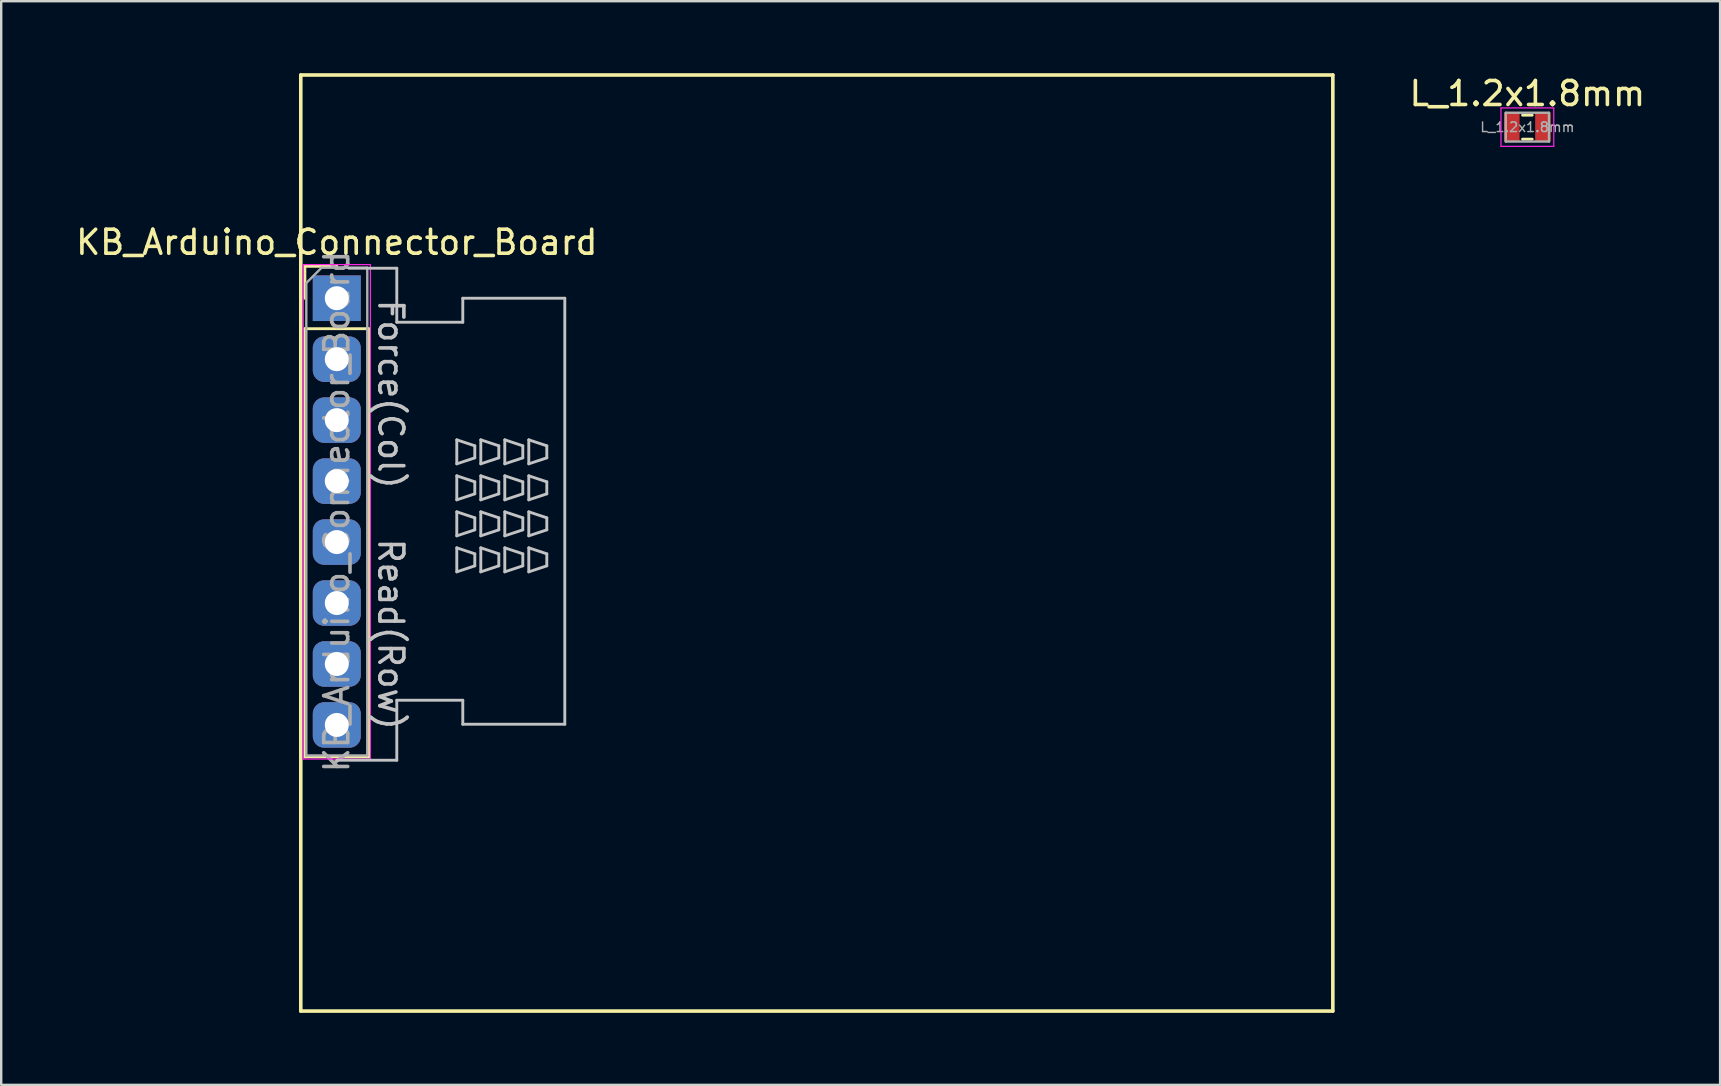
<source format=kicad_pcb>
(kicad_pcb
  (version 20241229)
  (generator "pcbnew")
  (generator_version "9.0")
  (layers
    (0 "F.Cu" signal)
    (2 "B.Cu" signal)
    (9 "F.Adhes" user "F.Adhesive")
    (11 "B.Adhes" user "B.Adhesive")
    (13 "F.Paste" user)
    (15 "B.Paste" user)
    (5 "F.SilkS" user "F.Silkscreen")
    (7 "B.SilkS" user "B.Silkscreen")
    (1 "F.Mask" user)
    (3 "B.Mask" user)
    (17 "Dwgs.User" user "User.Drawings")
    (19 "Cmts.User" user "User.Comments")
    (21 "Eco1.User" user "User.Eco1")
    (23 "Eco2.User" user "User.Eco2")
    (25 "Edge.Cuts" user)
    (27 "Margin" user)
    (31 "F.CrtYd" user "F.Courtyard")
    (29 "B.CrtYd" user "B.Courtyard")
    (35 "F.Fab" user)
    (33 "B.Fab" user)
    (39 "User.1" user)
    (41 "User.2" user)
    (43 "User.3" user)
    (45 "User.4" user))
  (footprint "KB_Arduino_Connector_Board"
    (layer "F.Cu")
    (at 10.982 9.375)
    (property "Reference" "KB_Arduino_Connector_Board" (at 0 -2.33 0) (layer "F.SilkS") (effects (font (size 1 1) (thickness 0.15))))
    (attr through_hole)
    (fp_line (start -1.5 -9.3) (end 41.5 -9.3) (stroke (width 0.15) (type solid)) (layer "F.SilkS"))
    (fp_line (start -1.5 29.7) (end -1.5 -9.3) (stroke (width 0.15) (type solid)) (layer "F.SilkS"))
    (fp_line (start -1.33 -1.33) (end 0 -1.33) (stroke (width 0.12) (type solid)) (layer "F.SilkS"))
    (fp_line (start -1.33 0) (end -1.33 -1.33) (stroke (width 0.12) (type solid)) (layer "F.SilkS"))
    (fp_line (start -1.33 1.27) (end -1.33 19.11) (stroke (width 0.12) (type solid)) (layer "F.SilkS"))
    (fp_line (start -1.33 1.27) (end 1.33 1.27) (stroke (width 0.12) (type solid)) (layer "F.SilkS"))
    (fp_line (start -1.33 19.11) (end 1.33 19.11) (stroke (width 0.12) (type solid)) (layer "F.SilkS"))
    (fp_line (start 1.33 1.27) (end 1.33 19.11) (stroke (width 0.12) (type solid)) (layer "F.SilkS"))
    (fp_line (start 41.5 -9.3) (end 41.5 29.7) (stroke (width 0.15) (type solid)) (layer "F.SilkS"))
    (fp_line (start 41.5 29.7) (end -1.5 29.7) (stroke (width 0.15) (type solid)) (layer "F.SilkS"))
    (fp_line (start 0.5 -1.25) (end 2.5 -1.25) (stroke (width 0.12) (type solid)) (layer "Dwgs.User"))
    (fp_line (start 2.5 -1.25) (end 2.5 1) (stroke (width 0.12) (type solid)) (layer "Dwgs.User"))
    (fp_line (start 2.5 1) (end 5.25 1) (stroke (width 0.12) (type solid)) (layer "Dwgs.User"))
    (fp_line (start 2.5 16.75) (end 2.5 19.25) (stroke (width 0.12) (type solid)) (layer "Dwgs.User"))
    (fp_line (start 2.5 19.25) (end 0 19.25) (stroke (width 0.12) (type solid)) (layer "Dwgs.User"))
    (fp_line (start 5 5.9) (end 5.75 6.15) (stroke (width 0.12) (type solid)) (layer "Dwgs.User"))
    (fp_line (start 5 6.9) (end 5 5.9) (stroke (width 0.12) (type solid)) (layer "Dwgs.User"))
    (fp_line (start 5 7.4) (end 5.75 7.65) (stroke (width 0.12) (type solid)) (layer "Dwgs.User"))
    (fp_line (start 5 8.4) (end 5 7.4) (stroke (width 0.12) (type solid)) (layer "Dwgs.User"))
    (fp_line (start 5 8.9) (end 5.75 9.15) (stroke (width 0.12) (type solid)) (layer "Dwgs.User"))
    (fp_line (start 5 9.9) (end 5 8.9) (stroke (width 0.12) (type solid)) (layer "Dwgs.User"))
    (fp_line (start 5 10.4) (end 5.75 10.65) (stroke (width 0.12) (type solid)) (layer "Dwgs.User"))
    (fp_line (start 5 11.4) (end 5 10.4) (stroke (width 0.12) (type solid)) (layer "Dwgs.User"))
    (fp_line (start 5.25 0) (end 9.5 0) (stroke (width 0.12) (type solid)) (layer "Dwgs.User"))
    (fp_line (start 5.25 1) (end 5.25 0) (stroke (width 0.12) (type solid)) (layer "Dwgs.User"))
    (fp_line (start 5.25 16.75) (end 2.5 16.75) (stroke (width 0.12) (type solid)) (layer "Dwgs.User"))
    (fp_line (start 5.25 17.75) (end 5.25 16.75) (stroke (width 0.12) (type solid)) (layer "Dwgs.User"))
    (fp_line (start 5.75 6.15) (end 5.75 6.65) (stroke (width 0.12) (type solid)) (layer "Dwgs.User"))
    (fp_line (start 5.75 6.65) (end 5 6.9) (stroke (width 0.12) (type solid)) (layer "Dwgs.User"))
    (fp_line (start 5.75 7.65) (end 5.75 8.15) (stroke (width 0.12) (type solid)) (layer "Dwgs.User"))
    (fp_line (start 5.75 8.15) (end 5 8.4) (stroke (width 0.12) (type solid)) (layer "Dwgs.User"))
    (fp_line (start 5.75 9.15) (end 5.75 9.65) (stroke (width 0.12) (type solid)) (layer "Dwgs.User"))
    (fp_line (start 5.75 9.65) (end 5 9.9) (stroke (width 0.12) (type solid)) (layer "Dwgs.User"))
    (fp_line (start 5.75 10.65) (end 5.75 11.15) (stroke (width 0.12) (type solid)) (layer "Dwgs.User"))
    (fp_line (start 5.75 11.15) (end 5 11.4) (stroke (width 0.12) (type solid)) (layer "Dwgs.User"))
    (fp_line (start 6 5.9) (end 6.75 6.15) (stroke (width 0.12) (type solid)) (layer "Dwgs.User"))
    (fp_line (start 6 6.9) (end 6 5.9) (stroke (width 0.12) (type solid)) (layer "Dwgs.User"))
    (fp_line (start 6 7.4) (end 6.75 7.65) (stroke (width 0.12) (type solid)) (layer "Dwgs.User"))
    (fp_line (start 6 8.4) (end 6 7.4) (stroke (width 0.12) (type solid)) (layer "Dwgs.User"))
    (fp_line (start 6 8.9) (end 6.75 9.15) (stroke (width 0.12) (type solid)) (layer "Dwgs.User"))
    (fp_line (start 6 9.9) (end 6 8.9) (stroke (width 0.12) (type solid)) (layer "Dwgs.User"))
    (fp_line (start 6 10.4) (end 6.75 10.65) (stroke (width 0.12) (type solid)) (layer "Dwgs.User"))
    (fp_line (start 6 11.4) (end 6 10.4) (stroke (width 0.12) (type solid)) (layer "Dwgs.User"))
    (fp_line (start 6.75 6.15) (end 6.75 6.65) (stroke (width 0.12) (type solid)) (layer "Dwgs.User"))
    (fp_line (start 6.75 6.65) (end 6 6.9) (stroke (width 0.12) (type solid)) (layer "Dwgs.User"))
    (fp_line (start 6.75 7.65) (end 6.75 8.15) (stroke (width 0.12) (type solid)) (layer "Dwgs.User"))
    (fp_line (start 6.75 8.15) (end 6 8.4) (stroke (width 0.12) (type solid)) (layer "Dwgs.User"))
    (fp_line (start 6.75 9.15) (end 6.75 9.65) (stroke (width 0.12) (type solid)) (layer "Dwgs.User"))
    (fp_line (start 6.75 9.65) (end 6 9.9) (stroke (width 0.12) (type solid)) (layer "Dwgs.User"))
    (fp_line (start 6.75 10.65) (end 6.75 11.15) (stroke (width 0.12) (type solid)) (layer "Dwgs.User"))
    (fp_line (start 6.75 11.15) (end 6 11.4) (stroke (width 0.12) (type solid)) (layer "Dwgs.User"))
    (fp_line (start 7 5.9) (end 7.75 6.15) (stroke (width 0.12) (type solid)) (layer "Dwgs.User"))
    (fp_line (start 7 6.9) (end 7 5.9) (stroke (width 0.12) (type solid)) (layer "Dwgs.User"))
    (fp_line (start 7 7.4) (end 7.75 7.65) (stroke (width 0.12) (type solid)) (layer "Dwgs.User"))
    (fp_line (start 7 8.4) (end 7 7.4) (stroke (width 0.12) (type solid)) (layer "Dwgs.User"))
    (fp_line (start 7 8.9) (end 7.75 9.15) (stroke (width 0.12) (type solid)) (layer "Dwgs.User"))
    (fp_line (start 7 9.9) (end 7 8.9) (stroke (width 0.12) (type solid)) (layer "Dwgs.User"))
    (fp_line (start 7 10.4) (end 7.75 10.65) (stroke (width 0.12) (type solid)) (layer "Dwgs.User"))
    (fp_line (start 7 11.4) (end 7 10.4) (stroke (width 0.12) (type solid)) (layer "Dwgs.User"))
    (fp_line (start 7.75 6.15) (end 7.75 6.65) (stroke (width 0.12) (type solid)) (layer "Dwgs.User"))
    (fp_line (start 7.75 6.65) (end 7 6.9) (stroke (width 0.12) (type solid)) (layer "Dwgs.User"))
    (fp_line (start 7.75 7.65) (end 7.75 8.15) (stroke (width 0.12) (type solid)) (layer "Dwgs.User"))
    (fp_line (start 7.75 8.15) (end 7 8.4) (stroke (width 0.12) (type solid)) (layer "Dwgs.User"))
    (fp_line (start 7.75 9.15) (end 7.75 9.65) (stroke (width 0.12) (type solid)) (layer "Dwgs.User"))
    (fp_line (start 7.75 9.65) (end 7 9.9) (stroke (width 0.12) (type solid)) (layer "Dwgs.User"))
    (fp_line (start 7.75 10.65) (end 7.75 11.15) (stroke (width 0.12) (type solid)) (layer "Dwgs.User"))
    (fp_line (start 7.75 11.15) (end 7 11.4) (stroke (width 0.12) (type solid)) (layer "Dwgs.User"))
    (fp_line (start 8 5.9) (end 8.75 6.15) (stroke (width 0.12) (type solid)) (layer "Dwgs.User"))
    (fp_line (start 8 6.9) (end 8 5.9) (stroke (width 0.12) (type solid)) (layer "Dwgs.User"))
    (fp_line (start 8 7.4) (end 8.75 7.65) (stroke (width 0.12) (type solid)) (layer "Dwgs.User"))
    (fp_line (start 8 8.4) (end 8 7.4) (stroke (width 0.12) (type solid)) (layer "Dwgs.User"))
    (fp_line (start 8 8.9) (end 8.75 9.15) (stroke (width 0.12) (type solid)) (layer "Dwgs.User"))
    (fp_line (start 8 9.9) (end 8 8.9) (stroke (width 0.12) (type solid)) (layer "Dwgs.User"))
    (fp_line (start 8 10.4) (end 8.75 10.65) (stroke (width 0.12) (type solid)) (layer "Dwgs.User"))
    (fp_line (start 8 11.4) (end 8 10.4) (stroke (width 0.12) (type solid)) (layer "Dwgs.User"))
    (fp_line (start 8.75 6.15) (end 8.75 6.65) (stroke (width 0.12) (type solid)) (layer "Dwgs.User"))
    (fp_line (start 8.75 6.65) (end 8 6.9) (stroke (width 0.12) (type solid)) (layer "Dwgs.User"))
    (fp_line (start 8.75 7.65) (end 8.75 8.15) (stroke (width 0.12) (type solid)) (layer "Dwgs.User"))
    (fp_line (start 8.75 8.15) (end 8 8.4) (stroke (width 0.12) (type solid)) (layer "Dwgs.User"))
    (fp_line (start 8.75 9.15) (end 8.75 9.65) (stroke (width 0.12) (type solid)) (layer "Dwgs.User"))
    (fp_line (start 8.75 9.65) (end 8 9.9) (stroke (width 0.12) (type solid)) (layer "Dwgs.User"))
    (fp_line (start 8.75 10.65) (end 8.75 11.15) (stroke (width 0.12) (type solid)) (layer "Dwgs.User"))
    (fp_line (start 8.75 11.15) (end 8 11.4) (stroke (width 0.12) (type solid)) (layer "Dwgs.User"))
    (fp_line (start 9.5 0) (end 9.5 17.75) (stroke (width 0.12) (type solid)) (layer "Dwgs.User"))
    (fp_line (start 9.5 17.75) (end 5.25 17.75) (stroke (width 0.12) (type solid)) (layer "Dwgs.User"))
    (fp_line (start -1.4 -1.4) (end -1.4 19.2) (stroke (width 0.05) (type solid)) (layer "F.CrtYd"))
    (fp_line (start -1.4 19.2) (end 1.4 19.2) (stroke (width 0.05) (type solid)) (layer "F.CrtYd"))
    (fp_line (start 1.4 -1.4) (end -1.4 -1.4) (stroke (width 0.05) (type solid)) (layer "F.CrtYd"))
    (fp_line (start 1.4 19.2) (end 1.4 -1.4) (stroke (width 0.05) (type solid)) (layer "F.CrtYd"))
    (fp_line (start -1.27 -0.635) (end -0.635 -1.27) (stroke (width 0.1) (type solid)) (layer "F.Fab"))
    (fp_line (start -1.27 19.05) (end -1.27 -0.635) (stroke (width 0.1) (type solid)) (layer "F.Fab"))
    (fp_line (start -0.635 -1.27) (end 1.27 -1.27) (stroke (width 0.1) (type solid)) (layer "F.Fab"))
    (fp_line (start 1.27 -1.27) (end 1.27 19.05) (stroke (width 0.1) (type solid)) (layer "F.Fab"))
    (fp_line (start 1.27 19.05) (end -1.27 19.05) (stroke (width 0.1) (type solid)) (layer "F.Fab"))
    (fp_text user "Force(Col)" (at 2.25 4 270) (unlocked yes) (layer "Dwgs.User") (effects (font (size 1 1) (thickness 0.15))))
    (fp_text user "Read(Row)" (at 2.25 14 270) (unlocked yes) (layer "Dwgs.User") (effects (font (size 1 1) (thickness 0.15))))
    (fp_text user "${REFERENCE}" (at 0 8.89 90) (layer "F.Fab") (effects (font (size 1 1) (thickness 0.15))))
    (pad "1" thru_hole rect (at 0 0) (size 2 1.9) (drill 1) (layers "*.Cu" "*.Mask"))
    (pad "2" thru_hole roundrect (at 0 2.54) (size 2 1.9) (drill 1) (layers "*.Cu" "*.Mask") (roundrect_rratio 0.25))
    (pad "3" thru_hole roundrect (at 0 5.08) (size 2 1.9) (drill 1) (layers "*.Cu" "*.Mask") (roundrect_rratio 0.25))
    (pad "4" thru_hole roundrect (at 0 7.62) (size 2 1.9) (drill 1) (layers "*.Cu" "*.Mask") (roundrect_rratio 0.25))
    (pad "5" thru_hole roundrect (at 0 10.16) (size 2 1.9) (drill 1) (layers "*.Cu" "*.Mask") (roundrect_rratio 0.25))
    (pad "6" thru_hole roundrect (at 0 12.7) (size 2 1.9) (drill 1) (layers "*.Cu" "*.Mask") (roundrect_rratio 0.25))
    (pad "7" thru_hole roundrect (at 0 15.24) (size 2 1.9) (drill 1) (layers "*.Cu" "*.Mask") (roundrect_rratio 0.25))
    (pad "8" thru_hole roundrect (at 0 17.78) (size 2 1.9) (drill 1) (layers "*.Cu" "*.Mask") (roundrect_rratio 0.25)))
  (footprint "L_1.2x1.8mm"
    (layer "F.Cu")
    (at 60.587 2.248)
    (property "Reference" "L_1.2x1.8mm" (at 0 -1.4 0) (layer "F.SilkS") (effects (font (size 1 1) (thickness 0.15))))
    (attr smd)
    (fp_line (start -0.2 -0.5) (end 0.2 -0.5) (stroke (width 0.12) (type solid)) (layer "F.SilkS"))
    (fp_line (start 0.2 0.5) (end -0.2 0.5) (stroke (width 0.12) (type solid)) (layer "F.SilkS"))
    (fp_line (start -1.1 -0.8) (end 1.1 -0.8) (stroke (width 0.05) (type solid)) (layer "F.CrtYd"))
    (fp_line (start -1.1 0.8) (end -1.1 -0.8) (stroke (width 0.05) (type solid)) (layer "F.CrtYd"))
    (fp_line (start 1.1 -0.8) (end 1.1 0.8) (stroke (width 0.05) (type solid)) (layer "F.CrtYd"))
    (fp_line (start 1.1 0.8) (end -1.1 0.8) (stroke (width 0.05) (type solid)) (layer "F.CrtYd"))
    (fp_line (start -0.9 -0.6) (end 0.9 -0.6) (stroke (width 0.1) (type solid)) (layer "F.Fab"))
    (fp_line (start -0.9 0.6) (end -0.9 -0.6) (stroke (width 0.1) (type solid)) (layer "F.Fab"))
    (fp_line (start 0.9 -0.6) (end 0.9 0.6) (stroke (width 0.1) (type solid)) (layer "F.Fab"))
    (fp_line (start 0.9 0.6) (end -0.9 0.6) (stroke (width 0.1) (type solid)) (layer "F.Fab"))
    (fp_text user "${REFERENCE}" (at 0 0 0) (layer "F.Fab") (effects (font (size 0.4 0.4) (thickness 0.06))))
    (pad "1" smd rect (at -0.65 0) (size 0.65 1.2) (layers "F.Cu" "F.Mask" "F.Paste"))
    (pad "2" smd rect (at 0.65 0) (size 0.65 1.2) (layers "F.Cu" "F.Mask" "F.Paste")))
  (gr_rect
    (start -3 -3)
    (end 68.617 42.15)
    (stroke (width 0.1) (type default))
    (fill no)
    (layer "Edge.Cuts")))
</source>
